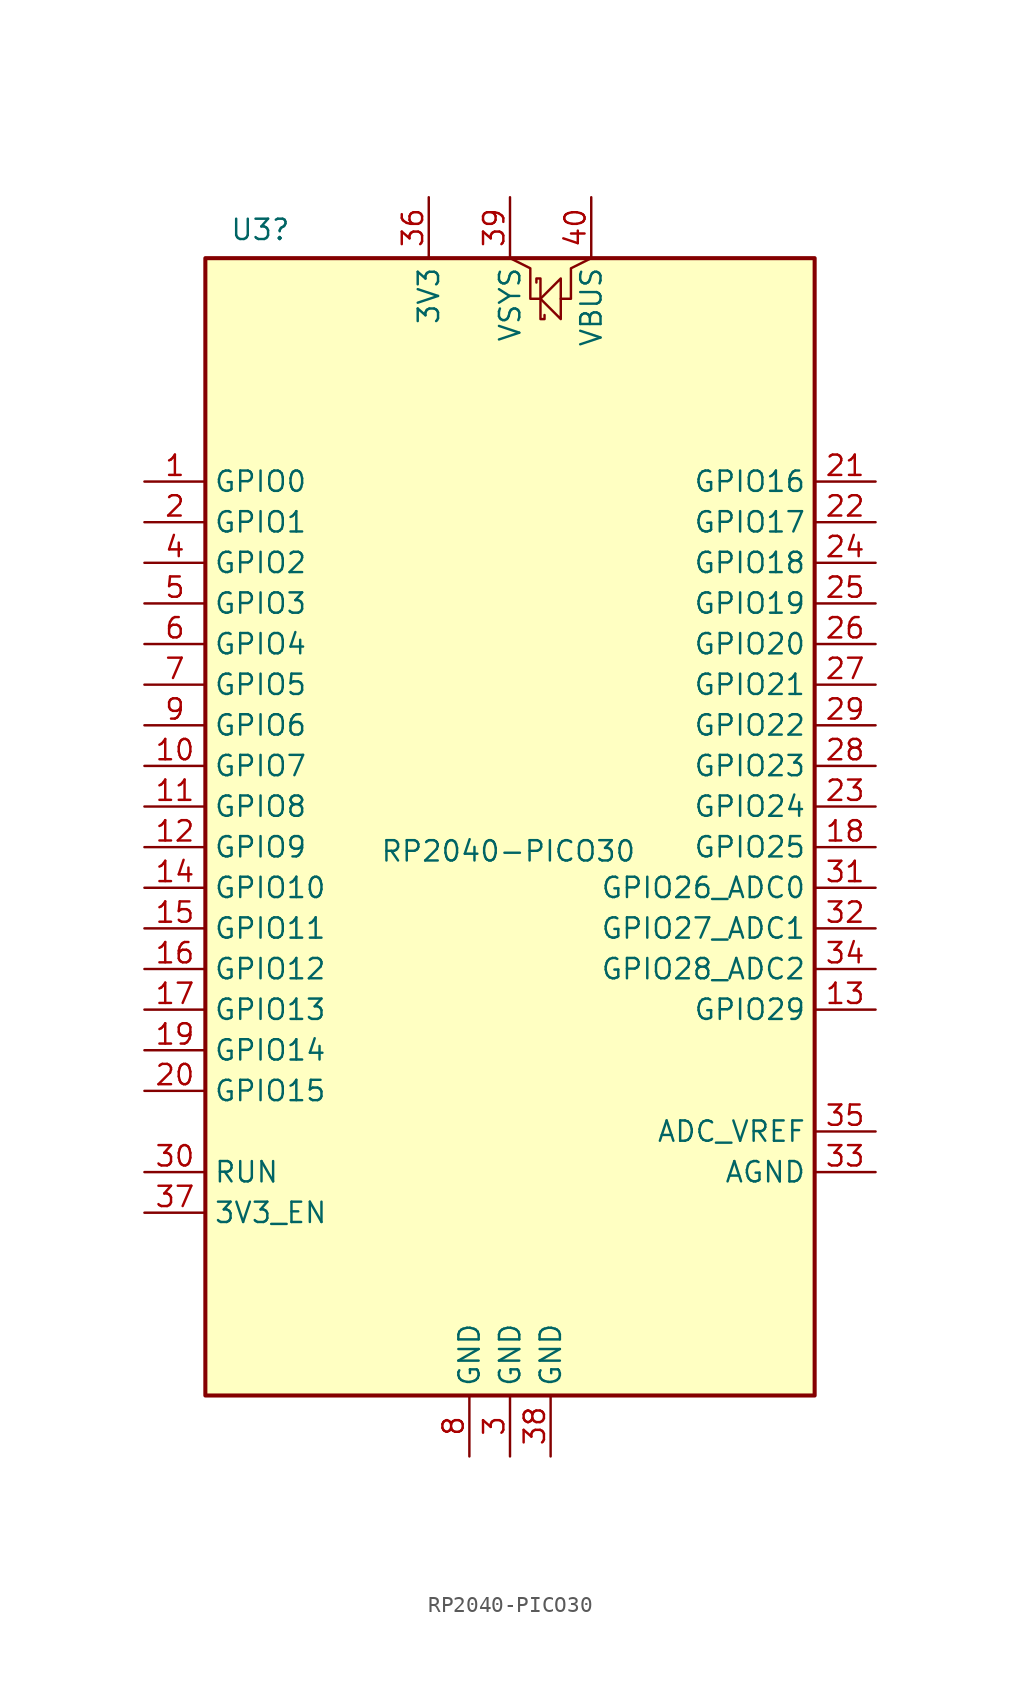
<source format=kicad_sym>
(kicad_symbol_lib
  (version 20231120)
  (generator "kicad_symbol_editor")
  (generator_version "8.0")
  (symbol "RP2040-PICO30"
    (property "Reference" "U3"
      (at -17.526 38.608 0)
      (effects (font (size 1.27 1.27)) (justify left)))
    (property "Value" "RP2040-PICO30"
      (at -8.128 -0.254 0)
      (effects (font (size 1.27 1.27)) (justify left)))
    (symbol "RP2040-PICO30_0_1"
      (rectangle (start -19.05 36.83) (end 19.05 -34.29) (stroke (width 0.254) (type default)) (fill (type background)))
      (polyline (pts (xy 0 36.83) (xy 1.27 36.195) (xy 1.27 34.29) (xy 1.905 34.29)) (stroke (width 0) (type default)) (fill (type none)))
      (polyline (pts (xy 1.905 34.29) (xy 3.175 35.56) (xy 3.175 33.02) (xy 1.905 34.29)) (stroke (width 0) (type default)) (fill (type none)))
      (polyline (pts (xy 5.08 36.83) (xy 3.81 36.195) (xy 3.81 34.29) (xy 3.175 34.29)) (stroke (width 0) (type default)) (fill (type none)))
      (polyline (pts (xy 1.651 35.306) (xy 1.651 35.56) (xy 1.905 35.56) (xy 1.905 33.02) (xy 2.159 33.02) (xy 2.159 33.274)) (stroke (width 0) (type default)) (fill (type none))))
    (symbol "RP2040-PICO30_1_1"
      (pin bidirectional line (at -22.86 22.86 0) (length 3.81) (name "GPIO0" (effects (font (size 1.27 1.27)))) (number "1" (effects (font (size 1.27 1.27)))) (alternate "I2C0_SDA" bidirectional line) (alternate "PWM0_A" output line) (alternate "SPI0_RX" input line) (alternate "UART0_TX" output line) (alternate "USB_OVCUR_DET" input line))
      (pin bidirectional line (at -22.86 5.08 0) (length 3.81) (name "GPIO7" (effects (font (size 1.27 1.27)))) (number "10" (effects (font (size 1.27 1.27)))) (alternate "I2C1_SCL" bidirectional clock) (alternate "PWM3_B" bidirectional line) (alternate "SPI0_TX" output line) (alternate "UART1_RTS" output line) (alternate "USB_VBUS_DET" input line))
      (pin bidirectional line (at -22.86 2.54 0) (length 3.81) (name "GPIO8" (effects (font (size 1.27 1.27)))) (number "11" (effects (font (size 1.27 1.27)))) (alternate "I2C0_SDA" bidirectional line) (alternate "PWM4_A" output line) (alternate "SPI1_RX" input line) (alternate "UART1_TX" output line) (alternate "USB_VBUS_EN" output line))
      (pin bidirectional line (at -22.86 0 0) (length 3.81) (name "GPIO9" (effects (font (size 1.27 1.27)))) (number "12" (effects (font (size 1.27 1.27)))) (alternate "I2C0_SCL" bidirectional clock) (alternate "PWM4_B" bidirectional line) (alternate "UART1_RX" input line) (alternate "USB_OVCUR_DET" input line) (alternate "~{SPI1_CSn}" bidirectional line))
      (pin bidirectional line (at 22.86 -10.16 180) (length 3.81) (name "GPIO29" (effects (font (size 1.27 1.27)))) (number "13" (effects (font (size 1.27 1.27)))) (alternate "GND_IN" power_in line))
      (pin bidirectional line (at -22.86 -2.54 0) (length 3.81) (name "GPIO10" (effects (font (size 1.27 1.27)))) (number "14" (effects (font (size 1.27 1.27)))) (alternate "I2C1_SDA" bidirectional line) (alternate "PWM5_A" output line) (alternate "SPI1_SCK" bidirectional clock) (alternate "UART1_CTS" input line) (alternate "USB_VBUS_DET" input line))
      (pin bidirectional line (at -22.86 -5.08 0) (length 3.81) (name "GPIO11" (effects (font (size 1.27 1.27)))) (number "15" (effects (font (size 1.27 1.27)))) (alternate "I2C1_SCL" bidirectional clock) (alternate "PWM5_B" bidirectional line) (alternate "SPI1_TX" output line) (alternate "UART1_RTS" output line) (alternate "USB_VBUS_EN" output line))
      (pin bidirectional line (at -22.86 -7.62 0) (length 3.81) (name "GPIO12" (effects (font (size 1.27 1.27)))) (number "16" (effects (font (size 1.27 1.27)))) (alternate "I2C0_SDA" bidirectional line) (alternate "PWM6_A" output line) (alternate "SPI1_RX" input line) (alternate "UART0_TX" output line) (alternate "USB_OVCUR_DET" input line))
      (pin bidirectional line (at -22.86 -10.16 0) (length 3.81) (name "GPIO13" (effects (font (size 1.27 1.27)))) (number "17" (effects (font (size 1.27 1.27)))) (alternate "I2C0_SCL" bidirectional clock) (alternate "PWM6_B" bidirectional line) (alternate "UART0_RX" input line) (alternate "USB_VBUS_DET" input line) (alternate "~{SPI1_CSn}" bidirectional line))
      (pin bidirectional line (at 22.86 0 180) (length 3.81) (name "GPIO25" (effects (font (size 1.27 1.27)))) (number "18" (effects (font (size 1.27 1.27)))))
      (pin bidirectional line (at -22.86 -12.7 0) (length 3.81) (name "GPIO14" (effects (font (size 1.27 1.27)))) (number "19" (effects (font (size 1.27 1.27)))) (alternate "I2C1_SDA" bidirectional line) (alternate "PWM7_A" output line) (alternate "SPI1_SCK" bidirectional clock) (alternate "UART0_CTS" input line) (alternate "USB_VBUS_EN" output line))
      (pin bidirectional line (at -22.86 20.32 0) (length 3.81) (name "GPIO1" (effects (font (size 1.27 1.27)))) (number "2" (effects (font (size 1.27 1.27)))) (alternate "I2C0_SCL" bidirectional clock) (alternate "PWM0_B" bidirectional line) (alternate "UART0_RX" input line) (alternate "USB_VBUS_DET" passive line) (alternate "~{SPI0_CSn}" bidirectional line))
      (pin bidirectional line (at -22.86 -15.24 0) (length 3.81) (name "GPIO15" (effects (font (size 1.27 1.27)))) (number "20" (effects (font (size 1.27 1.27)))) (alternate "I2C1_SCL" bidirectional clock) (alternate "PWM7_B" bidirectional line) (alternate "SPI1_TX" output line) (alternate "UART0_RTS" output line) (alternate "USB_OVCUR_DET" input line))
      (pin bidirectional line (at 22.86 22.86 180) (length 3.81) (name "GPIO16" (effects (font (size 1.27 1.27)))) (number "21" (effects (font (size 1.27 1.27)))) (alternate "I2C0_SDA" bidirectional line) (alternate "PWM0_A" output line) (alternate "SPI0_RX" input line) (alternate "UART0_TX" output line) (alternate "USB_VBUS_DET" input line))
      (pin bidirectional line (at 22.86 20.32 180) (length 3.81) (name "GPIO17" (effects (font (size 1.27 1.27)))) (number "22" (effects (font (size 1.27 1.27)))) (alternate "I2C0_SCL" bidirectional clock) (alternate "PWM0_B" bidirectional line) (alternate "UART0_RX" input line) (alternate "USB_VBUS_EN" output line) (alternate "~{SPI0_CSn}" bidirectional line))
      (pin bidirectional line (at 22.86 2.54 180) (length 3.81) (name "GPIO24" (effects (font (size 1.27 1.27)))) (number "23" (effects (font (size 1.27 1.27)))))
      (pin bidirectional line (at 22.86 17.78 180) (length 3.81) (name "GPIO18" (effects (font (size 1.27 1.27)))) (number "24" (effects (font (size 1.27 1.27)))) (alternate "I2C1_SDA" bidirectional line) (alternate "PWM1_A" output line) (alternate "SPI0_SCK" bidirectional clock) (alternate "UART0_CTS" input line) (alternate "USB_OVCUR_DET" input line))
      (pin bidirectional line (at 22.86 15.24 180) (length 3.81) (name "GPIO19" (effects (font (size 1.27 1.27)))) (number "25" (effects (font (size 1.27 1.27)))) (alternate "I2C1_SCL" bidirectional clock) (alternate "PWM1_B" bidirectional line) (alternate "SPI0_TX" output line) (alternate "UART0_RTS" output line) (alternate "USB_VBUS_DET" input line))
      (pin bidirectional line (at 22.86 12.7 180) (length 3.81) (name "GPIO20" (effects (font (size 1.27 1.27)))) (number "26" (effects (font (size 1.27 1.27)))) (alternate "CLOCK_GPIN0" input clock) (alternate "I2C0_SDA" bidirectional line) (alternate "PWM2_A" output line) (alternate "SPI0_RX" input line) (alternate "UART1_TX" output line) (alternate "USB_VBUS_EN" output line))
      (pin bidirectional line (at 22.86 10.16 180) (length 3.81) (name "GPIO21" (effects (font (size 1.27 1.27)))) (number "27" (effects (font (size 1.27 1.27)))) (alternate "CLOCK_GPOUT0" output clock) (alternate "I2C0_SCL" bidirectional clock) (alternate "PWM2_B" bidirectional line) (alternate "UART1_RX" input line) (alternate "USB_OVCUR_DET" input line) (alternate "~{SPI0_CSn}" bidirectional line))
      (pin bidirectional line (at 22.86 5.08 180) (length 3.81) (name "GPIO23" (effects (font (size 1.27 1.27)))) (number "28" (effects (font (size 1.27 1.27)))))
      (pin bidirectional line (at 22.86 7.62 180) (length 3.81) (name "GPIO22" (effects (font (size 1.27 1.27)))) (number "29" (effects (font (size 1.27 1.27)))) (alternate "CLOCK_GPIN1" input clock) (alternate "I2C1_SDA" bidirectional line) (alternate "PWM3_A" output line) (alternate "SPI0_SCK" bidirectional clock) (alternate "UART1_CTS" input line) (alternate "USB_VBUS_DET" input line))
      (pin power_in line (at 0 -38.1 90) (length 3.81) (name "GND" (effects (font (size 1.27 1.27)))) (number "3" (effects (font (size 1.27 1.27)))))
      (pin input line (at -22.86 -20.32 0) (length 3.81) (name "RUN" (effects (font (size 1.27 1.27)))) (number "30" (effects (font (size 1.27 1.27)))) (alternate "~{RESET}" input line))
      (pin bidirectional line (at 22.86 -2.54 180) (length 3.81) (name "GPIO26_ADC0" (effects (font (size 1.27 1.27)))) (number "31" (effects (font (size 1.27 1.27)))) (alternate "ADC0" input line) (alternate "GPIO26" bidirectional line) (alternate "I2C1_SDA" bidirectional line) (alternate "PWM5_A" output line) (alternate "SPI1_SCK" bidirectional clock) (alternate "UART1_CTS" input line) (alternate "USB_VBUS_EN" output line))
      (pin bidirectional line (at 22.86 -5.08 180) (length 3.81) (name "GPIO27_ADC1" (effects (font (size 1.27 1.27)))) (number "32" (effects (font (size 1.27 1.27)))) (alternate "ADC1" input line) (alternate "GPIO27" bidirectional line) (alternate "I2C1_SCL" bidirectional clock) (alternate "PWM5_B" bidirectional line) (alternate "SPI1_TX" output line) (alternate "UART1_RTS" output line) (alternate "USB_OVCUR_DET" input line))
      (pin power_in line (at 22.86 -20.32 180) (length 3.81) (name "AGND" (effects (font (size 1.27 1.27)))) (number "33" (effects (font (size 1.27 1.27)))) (alternate "GND" power_in line))
      (pin bidirectional line (at 22.86 -7.62 180) (length 3.81) (name "GPIO28_ADC2" (effects (font (size 1.27 1.27)))) (number "34" (effects (font (size 1.27 1.27)))) (alternate "ADC2" input line) (alternate "GPIO28" bidirectional line) (alternate "I2C0_SDA" bidirectional line) (alternate "PWM6_A" output line) (alternate "SPI1_RX" input line) (alternate "UART0_TX" output line) (alternate "USB_VBUS_DET" input line))
      (pin power_in line (at 22.86 -17.78 180) (length 3.81) (name "ADC_VREF" (effects (font (size 1.27 1.27)))) (number "35" (effects (font (size 1.27 1.27)))))
      (pin power_out line (at -5.08 40.64 270) (length 3.81) (name "3V3" (effects (font (size 1.27 1.27)))) (number "36" (effects (font (size 1.27 1.27)))))
      (pin input line (at -22.86 -22.86 0) (length 3.81) (name "3V3_EN" (effects (font (size 1.27 1.27)))) (number "37" (effects (font (size 1.27 1.27)))) (alternate "~{3V3_DISABLE}" input line))
      (pin power_in line (at 2.54 -38.1 90) (length 3.81) (name "GND" (effects (font (size 1.27 1.27)))) (number "38" (effects (font (size 1.27 1.27)))))
      (pin power_out line (at 0 40.64 270) (length 3.81) (name "VSYS" (effects (font (size 1.27 1.27)))) (number "39" (effects (font (size 1.27 1.27)))) (alternate "VSYS_OUT" power_out line))
      (pin bidirectional line (at -22.86 17.78 0) (length 3.81) (name "GPIO2" (effects (font (size 1.27 1.27)))) (number "4" (effects (font (size 1.27 1.27)))) (alternate "I2C1_SDA" bidirectional line) (alternate "PWM1_A" output line) (alternate "SPI0_SCK" bidirectional clock) (alternate "UART0_CTS" input line) (alternate "USB_VBUS_DET" input line))
      (pin power_out line (at 5.08 40.64 270) (length 3.81) (name "VBUS" (effects (font (size 1.27 1.27)))) (number "40" (effects (font (size 1.27 1.27)))) (alternate "VBUS_HOST" power_in line))
      (pin bidirectional line (at -22.86 15.24 0) (length 3.81) (name "GPIO3" (effects (font (size 1.27 1.27)))) (number "5" (effects (font (size 1.27 1.27)))) (alternate "I2C1_SCL" bidirectional clock) (alternate "PWM1_B" bidirectional line) (alternate "SPI0_TX" output line) (alternate "UART0_RTS" output line) (alternate "USB_OVCUR_DET" input line))
      (pin bidirectional line (at -22.86 12.7 0) (length 3.81) (name "GPIO4" (effects (font (size 1.27 1.27)))) (number "6" (effects (font (size 1.27 1.27)))) (alternate "I2C0_SDA" bidirectional line) (alternate "PWM2_A" output line) (alternate "SPI0_RX" input line) (alternate "UART1_TX" output line) (alternate "USB_VBUS_DET" input line))
      (pin bidirectional line (at -22.86 10.16 0) (length 3.81) (name "GPIO5" (effects (font (size 1.27 1.27)))) (number "7" (effects (font (size 1.27 1.27)))) (alternate "I2C0_SCL" bidirectional clock) (alternate "PWM2_B" bidirectional line) (alternate "UART1_RX" input line) (alternate "USB_VBUS_EN" output line) (alternate "~{SPI0_CSn}" bidirectional line))
      (pin power_in line (at -2.54 -38.1 90) (length 3.81) (name "GND" (effects (font (size 1.27 1.27)))) (number "8" (effects (font (size 1.27 1.27)))))
      (pin bidirectional line (at -22.86 7.62 0) (length 3.81) (name "GPIO6" (effects (font (size 1.27 1.27)))) (number "9" (effects (font (size 1.27 1.27)))) (alternate "I2C1_SDA" bidirectional line) (alternate "PWM3_A" output line) (alternate "SPI0_SCK" bidirectional clock) (alternate "UART1_CTS" input line) (alternate "USB_OVCUR_DET" input line)))))
</source>
